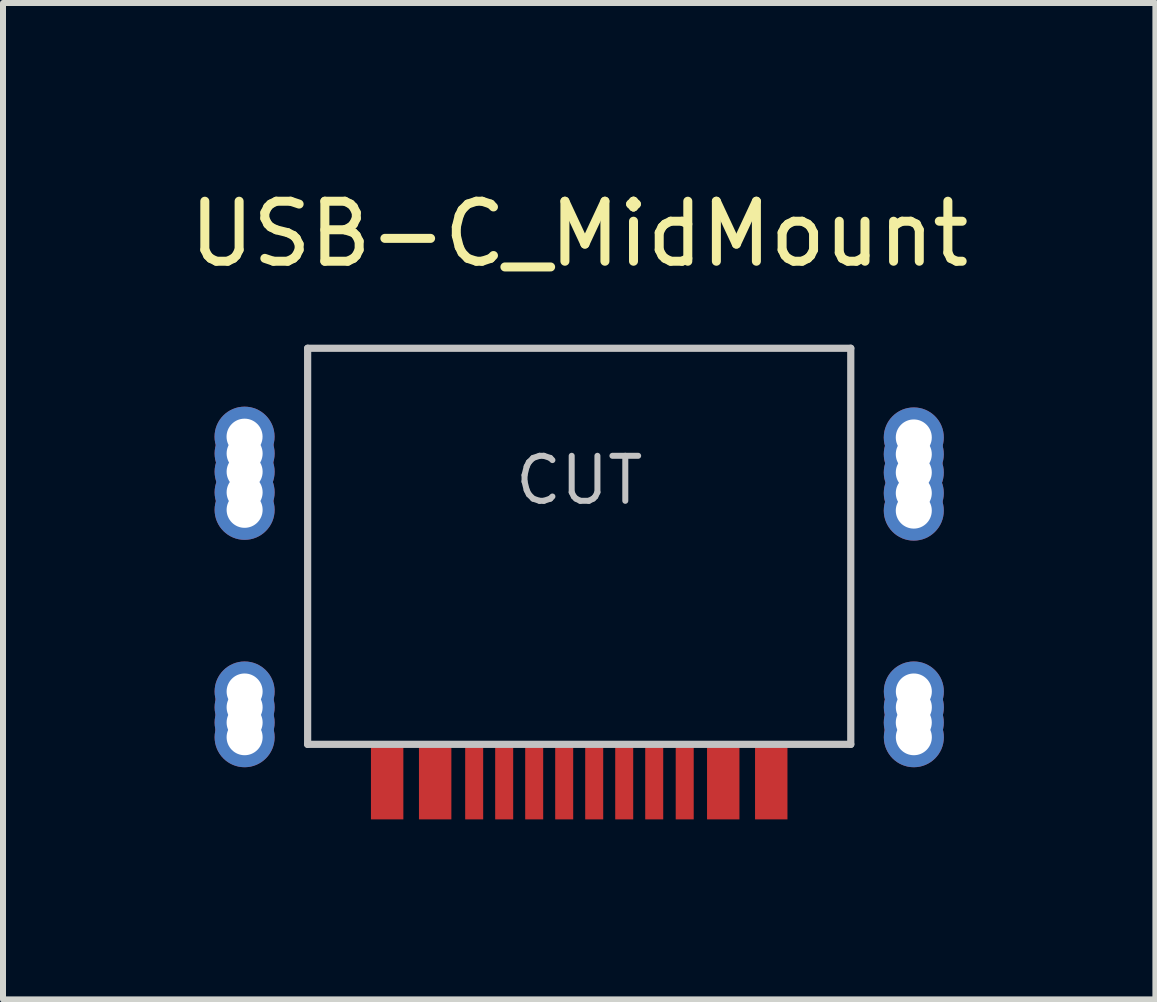
<source format=kicad_pcb>
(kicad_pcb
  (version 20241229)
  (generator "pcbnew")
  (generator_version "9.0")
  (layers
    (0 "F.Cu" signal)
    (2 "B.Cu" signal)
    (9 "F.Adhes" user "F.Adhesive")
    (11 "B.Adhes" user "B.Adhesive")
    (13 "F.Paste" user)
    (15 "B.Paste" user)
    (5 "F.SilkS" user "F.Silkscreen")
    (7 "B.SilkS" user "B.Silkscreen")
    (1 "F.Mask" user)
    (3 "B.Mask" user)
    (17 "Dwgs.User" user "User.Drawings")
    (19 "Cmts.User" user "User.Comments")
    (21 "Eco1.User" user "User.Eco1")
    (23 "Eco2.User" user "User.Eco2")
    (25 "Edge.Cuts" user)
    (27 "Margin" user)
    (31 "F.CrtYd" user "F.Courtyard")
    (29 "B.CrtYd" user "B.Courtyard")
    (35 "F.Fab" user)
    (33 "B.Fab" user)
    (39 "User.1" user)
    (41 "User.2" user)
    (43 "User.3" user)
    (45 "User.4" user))
  (footprint "USB-C_MidMount"
    (layer "F.Cu")
    (at 6.601 5.928)
    (property "Reference" "USB-C_MidMount" (at 0 -5.08 0) (layer "F.SilkS") (effects (font (size 1 1) (thickness 0.15))))
    (attr through_hole)
    (fp_line (start -4.525 -3.175) (end -4.525 3.425) (stroke (width 0.12) (type solid)) (layer "Dwgs.User"))
    (fp_line (start -4.525 -3.175) (end 4.525 -3.175) (stroke (width 0.12) (type solid)) (layer "Dwgs.User"))
    (fp_line (start -4.525 3.425) (end 4.525 3.425) (stroke (width 0.12) (type solid)) (layer "Dwgs.User"))
    (fp_line (start 4.525 -3.175) (end 4.525 3.425) (stroke (width 0.12) (type solid)) (layer "Dwgs.User"))
    (fp_text user "CUT" (at 0 -0.975 0) (layer "Dwgs.User") (effects (font (size 0.75 0.75) (thickness 0.1))))
    (pad "A1" smd rect (at -3.2 4.05) (size 0.54 1.25) (layers "F.Cu" "F.Mask" "F.Paste"))
    (pad "A1" smd rect (at 3.2 4.05) (size 0.54 1.25) (layers "F.Cu" "F.Mask" "F.Paste"))
    (pad "A4" smd rect (at -2.4 4.05) (size 0.54 1.25) (layers "F.Cu" "F.Mask" "F.Paste"))
    (pad "A4" smd rect (at 2.4 4.05) (size 0.54 1.25) (layers "F.Cu" "F.Mask" "F.Paste"))
    (pad "A5" smd rect (at 1.25 4.05) (size 0.3 1.25) (layers "F.Cu" "F.Mask" "F.Paste"))
    (pad "A6" smd rect (at 0.25 4.05) (size 0.3 1.25) (layers "F.Cu" "F.Mask" "F.Paste"))
    (pad "A7" smd rect (at -0.25 4.05) (size 0.3 1.25) (layers "F.Cu" "F.Mask" "F.Paste"))
    (pad "A8" smd rect (at -1.25 4.05) (size 0.3 1.25) (layers "F.Cu" "F.Mask" "F.Paste"))
    (pad "B5" smd rect (at -1.75 4.05) (size 0.3 1.25) (layers "F.Cu" "F.Mask" "F.Paste"))
    (pad "B6" smd rect (at -0.75 4.05) (size 0.3 1.25) (layers "F.Cu" "F.Mask" "F.Paste"))
    (pad "B7" smd rect (at 0.75 4.05) (size 0.3 1.25) (layers "F.Cu" "F.Mask" "F.Paste"))
    (pad "B8" smd rect (at 1.758 4.05) (size 0.3 1.25) (layers "F.Cu" "F.Mask" "F.Paste"))
    (pad "S1" thru_hole circle (at -5.576 -1.702) (size 1 1) (drill 0.6) (layers "*.Cu" "*.Mask"))
    (pad "S1" thru_hole circle (at -5.575 -1.422) (size 1 1) (drill 0.6) (layers "*.Cu" "*.Mask"))
    (pad "S1" thru_hole circle (at -5.575 -1.118) (size 1 1) (drill 0.6) (layers "*.Cu" "*.Mask"))
    (pad "S1" thru_hole circle (at -5.575 -0.775) (size 1 1) (drill 0.6) (layers "*.Cu" "*.Mask"))
    (pad "S1" thru_hole circle (at -5.575 -0.483) (size 1 1) (drill 0.6) (layers "*.Cu" "*.Mask"))
    (pad "S1" thru_hole circle (at -5.575 3.061) (size 1 1) (drill 0.6) (layers "*.Cu" "*.Mask"))
    (pad "S1" thru_hole circle (at -5.575 2.544) (size 1 1) (drill 0.6) (layers "*.Cu" "*.Mask"))
    (pad "S1" thru_hole circle (at -5.575 2.807) (size 1 1) (drill 0.6) (layers "*.Cu" "*.Mask"))
    (pad "S1" thru_hole circle (at -5.575 3.306) (size 1 1) (drill 0.6) (layers "*.Cu" "*.Mask"))
    (pad "S1" thru_hole circle (at 5.575 -1.689) (size 1 1) (drill 0.6) (layers "*.Cu" "*.Mask"))
    (pad "S1" thru_hole circle (at 5.575 -1.41) (size 1 1) (drill 0.6) (layers "*.Cu" "*.Mask"))
    (pad "S1" thru_hole circle (at 5.575 -1.105) (size 1 1) (drill 0.6) (layers "*.Cu" "*.Mask"))
    (pad "S1" thru_hole circle (at 5.575 -0.762) (size 1 1) (drill 0.6) (layers "*.Cu" "*.Mask"))
    (pad "S1" thru_hole circle (at 5.575 -0.47) (size 1 1) (drill 0.6) (layers "*.Cu" "*.Mask"))
    (pad "S1" thru_hole circle (at 5.575 3.061) (size 1 1) (drill 0.6) (layers "*.Cu" "*.Mask"))
    (pad "S1" thru_hole circle (at 5.576 2.544) (size 1 1) (drill 0.6) (layers "*.Cu" "*.Mask"))
    (pad "S1" thru_hole circle (at 5.576 2.807) (size 1 1) (drill 0.6) (layers "*.Cu" "*.Mask"))
    (pad "S1" thru_hole circle (at 5.576 3.306) (size 1 1) (drill 0.6) (layers "*.Cu" "*.Mask")))
  (gr_rect
    (start -3 -3)
    (end 16.202 13.603)
    (stroke (width 0.1) (type default))
    (fill no)
    (layer "Edge.Cuts")))
</source>
